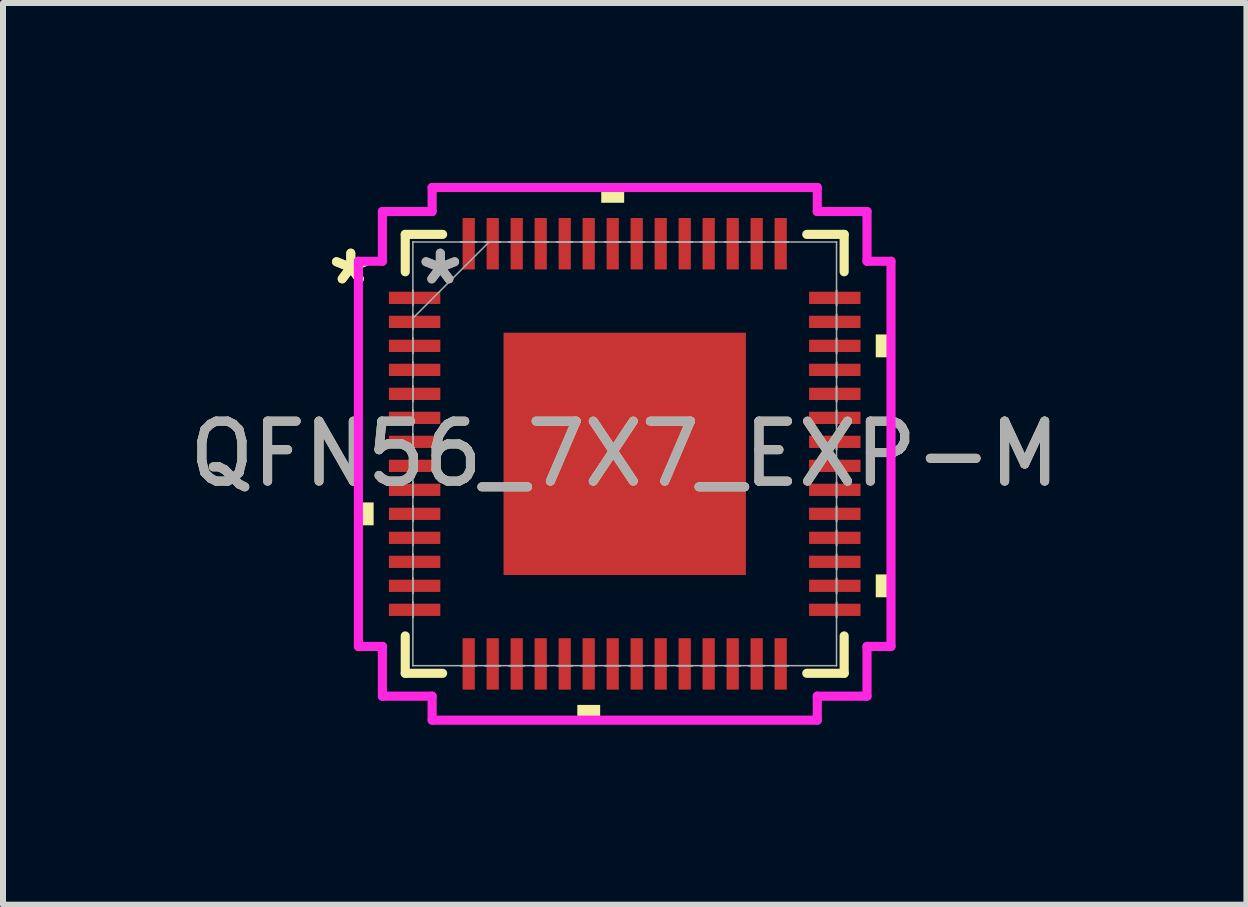
<source format=kicad_pcb>
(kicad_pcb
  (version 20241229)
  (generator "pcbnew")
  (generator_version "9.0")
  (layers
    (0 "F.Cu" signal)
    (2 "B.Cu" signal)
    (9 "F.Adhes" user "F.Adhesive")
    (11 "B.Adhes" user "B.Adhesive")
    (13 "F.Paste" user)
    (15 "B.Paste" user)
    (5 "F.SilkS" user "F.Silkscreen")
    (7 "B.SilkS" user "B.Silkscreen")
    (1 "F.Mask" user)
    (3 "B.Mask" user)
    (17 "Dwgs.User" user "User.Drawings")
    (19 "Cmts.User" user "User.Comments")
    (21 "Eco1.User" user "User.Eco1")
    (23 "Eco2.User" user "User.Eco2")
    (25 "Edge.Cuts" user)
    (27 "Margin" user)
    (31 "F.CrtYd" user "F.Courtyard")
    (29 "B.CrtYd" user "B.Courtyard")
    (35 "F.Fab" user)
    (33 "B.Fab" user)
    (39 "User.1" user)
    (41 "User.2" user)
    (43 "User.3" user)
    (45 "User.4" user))
  (footprint "QFN56_7X7_EXP-M"
    (layer "F.Cu")
    (at 7.363 4.515)
    (property "Reference" "QFN56_7X7_EXP-M" (at 0 0 0) (unlocked yes) (layer "F.SilkS") (effects (font (size 1 1) (thickness 0.15))))
    (attr smd)
    (fp_line (start -3.658 -3.658) (end -3.658 -3.035) (stroke (width 0.152) (type solid)) (layer "F.SilkS"))
    (fp_line (start -3.658 3.035) (end -3.658 3.658) (stroke (width 0.152) (type solid)) (layer "F.SilkS"))
    (fp_line (start -3.658 3.658) (end -3.035 3.658) (stroke (width 0.152) (type solid)) (layer "F.SilkS"))
    (fp_line (start -3.035 -3.658) (end -3.658 -3.658) (stroke (width 0.152) (type solid)) (layer "F.SilkS"))
    (fp_line (start 3.035 3.658) (end 3.658 3.658) (stroke (width 0.152) (type solid)) (layer "F.SilkS"))
    (fp_line (start 3.658 -3.658) (end 3.035 -3.658) (stroke (width 0.152) (type solid)) (layer "F.SilkS"))
    (fp_line (start 3.658 -3.035) (end 3.658 -3.658) (stroke (width 0.152) (type solid)) (layer "F.SilkS"))
    (fp_line (start 3.658 3.658) (end 3.658 3.035) (stroke (width 0.152) (type solid)) (layer "F.SilkS"))
    (fp_poly (pts (xy -4.439 0.81) (xy -4.439 1.191) (xy -4.185 1.191) (xy -4.185 0.81)) (stroke (width 0) (type solid)) (fill yes) (layer "F.SilkS"))
    (fp_poly (pts (xy -0.79 4.185) (xy -0.79 4.439) (xy -0.409 4.439) (xy -0.409 4.185)) (stroke (width 0) (type solid)) (fill yes) (layer "F.SilkS"))
    (fp_poly (pts (xy -0.391 -4.185) (xy -0.391 -4.439) (xy -0.009 -4.439) (xy -0.009 -4.185)) (stroke (width 0) (type solid)) (fill yes) (layer "F.SilkS"))
    (fp_poly (pts (xy 4.439 -1.99) (xy 4.439 -1.609) (xy 4.185 -1.609) (xy 4.185 -1.99)) (stroke (width 0) (type solid)) (fill yes) (layer "F.SilkS"))
    (fp_poly (pts (xy 4.439 2.01) (xy 4.439 2.391) (xy 4.185 2.391) (xy 4.185 2.01)) (stroke (width 0) (type solid)) (fill yes) (layer "F.SilkS"))
    (fp_poly (pts (xy -1.919 -1.919) (xy -1.919 -0.773) (xy -0.773 -0.773) (xy -0.773 -1.919)) (stroke (width 0) (type solid)) (fill yes) (layer "F.Paste"))
    (fp_poly (pts (xy -1.919 -0.573) (xy -1.919 0.573) (xy -0.773 0.573) (xy -0.773 -0.573)) (stroke (width 0) (type solid)) (fill yes) (layer "F.Paste"))
    (fp_poly (pts (xy -1.919 0.773) (xy -1.919 1.919) (xy -0.773 1.919) (xy -0.773 0.773)) (stroke (width 0) (type solid)) (fill yes) (layer "F.Paste"))
    (fp_poly (pts (xy -0.573 -1.919) (xy -0.573 -0.773) (xy 0.573 -0.773) (xy 0.573 -1.919)) (stroke (width 0) (type solid)) (fill yes) (layer "F.Paste"))
    (fp_poly (pts (xy -0.573 -0.573) (xy -0.573 0.573) (xy 0.573 0.573) (xy 0.573 -0.573)) (stroke (width 0) (type solid)) (fill yes) (layer "F.Paste"))
    (fp_poly (pts (xy -0.573 0.773) (xy -0.573 1.919) (xy 0.573 1.919) (xy 0.573 0.773)) (stroke (width 0) (type solid)) (fill yes) (layer "F.Paste"))
    (fp_poly (pts (xy 0.773 -1.919) (xy 0.773 -0.773) (xy 1.919 -0.773) (xy 1.919 -1.919)) (stroke (width 0) (type solid)) (fill yes) (layer "F.Paste"))
    (fp_poly (pts (xy 0.773 -0.573) (xy 0.773 0.573) (xy 1.919 0.573) (xy 1.919 -0.573)) (stroke (width 0) (type solid)) (fill yes) (layer "F.Paste"))
    (fp_poly (pts (xy 0.773 0.773) (xy 0.773 1.919) (xy 1.919 1.919) (xy 1.919 0.773)) (stroke (width 0) (type solid)) (fill yes) (layer "F.Paste"))
    (fp_line (start -4.439 -3.21) (end -4.039 -3.21) (stroke (width 0.152) (type solid)) (layer "F.CrtYd"))
    (fp_line (start -4.439 3.21) (end -4.439 -3.21) (stroke (width 0.152) (type solid)) (layer "F.CrtYd"))
    (fp_line (start -4.039 -4.039) (end -3.21 -4.039) (stroke (width 0.152) (type solid)) (layer "F.CrtYd"))
    (fp_line (start -4.039 -3.21) (end -4.039 -4.039) (stroke (width 0.152) (type solid)) (layer "F.CrtYd"))
    (fp_line (start -4.039 3.21) (end -4.439 3.21) (stroke (width 0.152) (type solid)) (layer "F.CrtYd"))
    (fp_line (start -4.039 4.039) (end -4.039 3.21) (stroke (width 0.152) (type solid)) (layer "F.CrtYd"))
    (fp_line (start -3.21 -4.439) (end 3.21 -4.439) (stroke (width 0.152) (type solid)) (layer "F.CrtYd"))
    (fp_line (start -3.21 -4.039) (end -3.21 -4.439) (stroke (width 0.152) (type solid)) (layer "F.CrtYd"))
    (fp_line (start -3.21 4.039) (end -4.039 4.039) (stroke (width 0.152) (type solid)) (layer "F.CrtYd"))
    (fp_line (start -3.21 4.439) (end -3.21 4.039) (stroke (width 0.152) (type solid)) (layer "F.CrtYd"))
    (fp_line (start 3.21 -4.439) (end 3.21 -4.039) (stroke (width 0.152) (type solid)) (layer "F.CrtYd"))
    (fp_line (start 3.21 -4.039) (end 4.039 -4.039) (stroke (width 0.152) (type solid)) (layer "F.CrtYd"))
    (fp_line (start 3.21 4.039) (end 3.21 4.439) (stroke (width 0.152) (type solid)) (layer "F.CrtYd"))
    (fp_line (start 3.21 4.439) (end -3.21 4.439) (stroke (width 0.152) (type solid)) (layer "F.CrtYd"))
    (fp_line (start 4.039 -4.039) (end 4.039 -3.21) (stroke (width 0.152) (type solid)) (layer "F.CrtYd"))
    (fp_line (start 4.039 -3.21) (end 4.439 -3.21) (stroke (width 0.152) (type solid)) (layer "F.CrtYd"))
    (fp_line (start 4.039 3.21) (end 4.039 4.039) (stroke (width 0.152) (type solid)) (layer "F.CrtYd"))
    (fp_line (start 4.039 4.039) (end 3.21 4.039) (stroke (width 0.152) (type solid)) (layer "F.CrtYd"))
    (fp_line (start 4.439 -3.21) (end 4.439 3.21) (stroke (width 0.152) (type solid)) (layer "F.CrtYd"))
    (fp_line (start 4.439 3.21) (end 4.039 3.21) (stroke (width 0.152) (type solid)) (layer "F.CrtYd"))
    (fp_line (start -3.531 -3.531) (end -3.531 -3.531) (stroke (width 0.025) (type solid)) (layer "F.Fab"))
    (fp_line (start -3.531 -3.531) (end -3.531 3.531) (stroke (width 0.025) (type solid)) (layer "F.Fab"))
    (fp_line (start -3.531 -2.727) (end -3.531 -2.727) (stroke (width 0.025) (type solid)) (layer "F.Fab"))
    (fp_line (start -3.531 -2.727) (end -3.531 -2.473) (stroke (width 0.025) (type solid)) (layer "F.Fab"))
    (fp_line (start -3.531 -2.473) (end -3.531 -2.727) (stroke (width 0.025) (type solid)) (layer "F.Fab"))
    (fp_line (start -3.531 -2.473) (end -3.531 -2.473) (stroke (width 0.025) (type solid)) (layer "F.Fab"))
    (fp_line (start -3.531 -2.327) (end -3.531 -2.327) (stroke (width 0.025) (type solid)) (layer "F.Fab"))
    (fp_line (start -3.531 -2.327) (end -3.531 -2.073) (stroke (width 0.025) (type solid)) (layer "F.Fab"))
    (fp_line (start -3.531 -2.261) (end -2.261 -3.531) (stroke (width 0.025) (type solid)) (layer "F.Fab"))
    (fp_line (start -3.531 -2.073) (end -3.531 -2.327) (stroke (width 0.025) (type solid)) (layer "F.Fab"))
    (fp_line (start -3.531 -2.073) (end -3.531 -2.073) (stroke (width 0.025) (type solid)) (layer "F.Fab"))
    (fp_line (start -3.531 -1.927) (end -3.531 -1.927) (stroke (width 0.025) (type solid)) (layer "F.Fab"))
    (fp_line (start -3.531 -1.927) (end -3.531 -1.673) (stroke (width 0.025) (type solid)) (layer "F.Fab"))
    (fp_line (start -3.531 -1.673) (end -3.531 -1.927) (stroke (width 0.025) (type solid)) (layer "F.Fab"))
    (fp_line (start -3.531 -1.673) (end -3.531 -1.673) (stroke (width 0.025) (type solid)) (layer "F.Fab"))
    (fp_line (start -3.531 -1.527) (end -3.531 -1.527) (stroke (width 0.025) (type solid)) (layer "F.Fab"))
    (fp_line (start -3.531 -1.527) (end -3.531 -1.273) (stroke (width 0.025) (type solid)) (layer "F.Fab"))
    (fp_line (start -3.531 -1.273) (end -3.531 -1.527) (stroke (width 0.025) (type solid)) (layer "F.Fab"))
    (fp_line (start -3.531 -1.273) (end -3.531 -1.273) (stroke (width 0.025) (type solid)) (layer "F.Fab"))
    (fp_line (start -3.531 -1.127) (end -3.531 -1.127) (stroke (width 0.025) (type solid)) (layer "F.Fab"))
    (fp_line (start -3.531 -1.127) (end -3.531 -0.873) (stroke (width 0.025) (type solid)) (layer "F.Fab"))
    (fp_line (start -3.531 -0.873) (end -3.531 -1.127) (stroke (width 0.025) (type solid)) (layer "F.Fab"))
    (fp_line (start -3.531 -0.873) (end -3.531 -0.873) (stroke (width 0.025) (type solid)) (layer "F.Fab"))
    (fp_line (start -3.531 -0.727) (end -3.531 -0.727) (stroke (width 0.025) (type solid)) (layer "F.Fab"))
    (fp_line (start -3.531 -0.727) (end -3.531 -0.473) (stroke (width 0.025) (type solid)) (layer "F.Fab"))
    (fp_line (start -3.531 -0.473) (end -3.531 -0.727) (stroke (width 0.025) (type solid)) (layer "F.Fab"))
    (fp_line (start -3.531 -0.473) (end -3.531 -0.473) (stroke (width 0.025) (type solid)) (layer "F.Fab"))
    (fp_line (start -3.531 -0.327) (end -3.531 -0.327) (stroke (width 0.025) (type solid)) (layer "F.Fab"))
    (fp_line (start -3.531 -0.327) (end -3.531 -0.073) (stroke (width 0.025) (type solid)) (layer "F.Fab"))
    (fp_line (start -3.531 -0.073) (end -3.531 -0.327) (stroke (width 0.025) (type solid)) (layer "F.Fab"))
    (fp_line (start -3.531 -0.073) (end -3.531 -0.073) (stroke (width 0.025) (type solid)) (layer "F.Fab"))
    (fp_line (start -3.531 0.073) (end -3.531 0.073) (stroke (width 0.025) (type solid)) (layer "F.Fab"))
    (fp_line (start -3.531 0.073) (end -3.531 0.327) (stroke (width 0.025) (type solid)) (layer "F.Fab"))
    (fp_line (start -3.531 0.327) (end -3.531 0.073) (stroke (width 0.025) (type solid)) (layer "F.Fab"))
    (fp_line (start -3.531 0.327) (end -3.531 0.327) (stroke (width 0.025) (type solid)) (layer "F.Fab"))
    (fp_line (start -3.531 0.473) (end -3.531 0.473) (stroke (width 0.025) (type solid)) (layer "F.Fab"))
    (fp_line (start -3.531 0.473) (end -3.531 0.727) (stroke (width 0.025) (type solid)) (layer "F.Fab"))
    (fp_line (start -3.531 0.727) (end -3.531 0.473) (stroke (width 0.025) (type solid)) (layer "F.Fab"))
    (fp_line (start -3.531 0.727) (end -3.531 0.727) (stroke (width 0.025) (type solid)) (layer "F.Fab"))
    (fp_line (start -3.531 0.873) (end -3.531 0.873) (stroke (width 0.025) (type solid)) (layer "F.Fab"))
    (fp_line (start -3.531 0.873) (end -3.531 1.127) (stroke (width 0.025) (type solid)) (layer "F.Fab"))
    (fp_line (start -3.531 1.127) (end -3.531 0.873) (stroke (width 0.025) (type solid)) (layer "F.Fab"))
    (fp_line (start -3.531 1.127) (end -3.531 1.127) (stroke (width 0.025) (type solid)) (layer "F.Fab"))
    (fp_line (start -3.531 1.273) (end -3.531 1.273) (stroke (width 0.025) (type solid)) (layer "F.Fab"))
    (fp_line (start -3.531 1.273) (end -3.531 1.527) (stroke (width 0.025) (type solid)) (layer "F.Fab"))
    (fp_line (start -3.531 1.527) (end -3.531 1.273) (stroke (width 0.025) (type solid)) (layer "F.Fab"))
    (fp_line (start -3.531 1.527) (end -3.531 1.527) (stroke (width 0.025) (type solid)) (layer "F.Fab"))
    (fp_line (start -3.531 1.673) (end -3.531 1.673) (stroke (width 0.025) (type solid)) (layer "F.Fab"))
    (fp_line (start -3.531 1.673) (end -3.531 1.927) (stroke (width 0.025) (type solid)) (layer "F.Fab"))
    (fp_line (start -3.531 1.927) (end -3.531 1.673) (stroke (width 0.025) (type solid)) (layer "F.Fab"))
    (fp_line (start -3.531 1.927) (end -3.531 1.927) (stroke (width 0.025) (type solid)) (layer "F.Fab"))
    (fp_line (start -3.531 2.073) (end -3.531 2.073) (stroke (width 0.025) (type solid)) (layer "F.Fab"))
    (fp_line (start -3.531 2.073) (end -3.531 2.327) (stroke (width 0.025) (type solid)) (layer "F.Fab"))
    (fp_line (start -3.531 2.327) (end -3.531 2.073) (stroke (width 0.025) (type solid)) (layer "F.Fab"))
    (fp_line (start -3.531 2.327) (end -3.531 2.327) (stroke (width 0.025) (type solid)) (layer "F.Fab"))
    (fp_line (start -3.531 2.473) (end -3.531 2.473) (stroke (width 0.025) (type solid)) (layer "F.Fab"))
    (fp_line (start -3.531 2.473) (end -3.531 2.727) (stroke (width 0.025) (type solid)) (layer "F.Fab"))
    (fp_line (start -3.531 2.727) (end -3.531 2.473) (stroke (width 0.025) (type solid)) (layer "F.Fab"))
    (fp_line (start -3.531 2.727) (end -3.531 2.727) (stroke (width 0.025) (type solid)) (layer "F.Fab"))
    (fp_line (start -3.531 3.531) (end -3.531 3.531) (stroke (width 0.025) (type solid)) (layer "F.Fab"))
    (fp_line (start -3.531 3.531) (end 3.531 3.531) (stroke (width 0.025) (type solid)) (layer "F.Fab"))
    (fp_line (start -2.727 -3.531) (end -2.727 -3.531) (stroke (width 0.025) (type solid)) (layer "F.Fab"))
    (fp_line (start -2.727 -3.531) (end -2.473 -3.531) (stroke (width 0.025) (type solid)) (layer "F.Fab"))
    (fp_line (start -2.727 3.531) (end -2.727 3.531) (stroke (width 0.025) (type solid)) (layer "F.Fab"))
    (fp_line (start -2.727 3.531) (end -2.473 3.531) (stroke (width 0.025) (type solid)) (layer "F.Fab"))
    (fp_line (start -2.473 -3.531) (end -2.727 -3.531) (stroke (width 0.025) (type solid)) (layer "F.Fab"))
    (fp_line (start -2.473 -3.531) (end -2.473 -3.531) (stroke (width 0.025) (type solid)) (layer "F.Fab"))
    (fp_line (start -2.473 3.531) (end -2.727 3.531) (stroke (width 0.025) (type solid)) (layer "F.Fab"))
    (fp_line (start -2.473 3.531) (end -2.473 3.531) (stroke (width 0.025) (type solid)) (layer "F.Fab"))
    (fp_line (start -2.327 -3.531) (end -2.327 -3.531) (stroke (width 0.025) (type solid)) (layer "F.Fab"))
    (fp_line (start -2.327 -3.531) (end -2.073 -3.531) (stroke (width 0.025) (type solid)) (layer "F.Fab"))
    (fp_line (start -2.327 3.531) (end -2.327 3.531) (stroke (width 0.025) (type solid)) (layer "F.Fab"))
    (fp_line (start -2.327 3.531) (end -2.073 3.531) (stroke (width 0.025) (type solid)) (layer "F.Fab"))
    (fp_line (start -2.073 -3.531) (end -2.327 -3.531) (stroke (width 0.025) (type solid)) (layer "F.Fab"))
    (fp_line (start -2.073 -3.531) (end -2.073 -3.531) (stroke (width 0.025) (type solid)) (layer "F.Fab"))
    (fp_line (start -2.073 3.531) (end -2.327 3.531) (stroke (width 0.025) (type solid)) (layer "F.Fab"))
    (fp_line (start -2.073 3.531) (end -2.073 3.531) (stroke (width 0.025) (type solid)) (layer "F.Fab"))
    (fp_line (start -1.927 -3.531) (end -1.927 -3.531) (stroke (width 0.025) (type solid)) (layer "F.Fab"))
    (fp_line (start -1.927 -3.531) (end -1.673 -3.531) (stroke (width 0.025) (type solid)) (layer "F.Fab"))
    (fp_line (start -1.927 3.531) (end -1.927 3.531) (stroke (width 0.025) (type solid)) (layer "F.Fab"))
    (fp_line (start -1.927 3.531) (end -1.673 3.531) (stroke (width 0.025) (type solid)) (layer "F.Fab"))
    (fp_line (start -1.673 -3.531) (end -1.927 -3.531) (stroke (width 0.025) (type solid)) (layer "F.Fab"))
    (fp_line (start -1.673 -3.531) (end -1.673 -3.531) (stroke (width 0.025) (type solid)) (layer "F.Fab"))
    (fp_line (start -1.673 3.531) (end -1.927 3.531) (stroke (width 0.025) (type solid)) (layer "F.Fab"))
    (fp_line (start -1.673 3.531) (end -1.673 3.531) (stroke (width 0.025) (type solid)) (layer "F.Fab"))
    (fp_line (start -1.527 -3.531) (end -1.527 -3.531) (stroke (width 0.025) (type solid)) (layer "F.Fab"))
    (fp_line (start -1.527 -3.531) (end -1.273 -3.531) (stroke (width 0.025) (type solid)) (layer "F.Fab"))
    (fp_line (start -1.527 3.531) (end -1.527 3.531) (stroke (width 0.025) (type solid)) (layer "F.Fab"))
    (fp_line (start -1.527 3.531) (end -1.273 3.531) (stroke (width 0.025) (type solid)) (layer "F.Fab"))
    (fp_line (start -1.273 -3.531) (end -1.527 -3.531) (stroke (width 0.025) (type solid)) (layer "F.Fab"))
    (fp_line (start -1.273 -3.531) (end -1.273 -3.531) (stroke (width 0.025) (type solid)) (layer "F.Fab"))
    (fp_line (start -1.273 3.531) (end -1.527 3.531) (stroke (width 0.025) (type solid)) (layer "F.Fab"))
    (fp_line (start -1.273 3.531) (end -1.273 3.531) (stroke (width 0.025) (type solid)) (layer "F.Fab"))
    (fp_line (start -1.127 -3.531) (end -1.127 -3.531) (stroke (width 0.025) (type solid)) (layer "F.Fab"))
    (fp_line (start -1.127 -3.531) (end -0.873 -3.531) (stroke (width 0.025) (type solid)) (layer "F.Fab"))
    (fp_line (start -1.127 3.531) (end -1.127 3.531) (stroke (width 0.025) (type solid)) (layer "F.Fab"))
    (fp_line (start -1.127 3.531) (end -0.873 3.531) (stroke (width 0.025) (type solid)) (layer "F.Fab"))
    (fp_line (start -0.873 -3.531) (end -1.127 -3.531) (stroke (width 0.025) (type solid)) (layer "F.Fab"))
    (fp_line (start -0.873 -3.531) (end -0.873 -3.531) (stroke (width 0.025) (type solid)) (layer "F.Fab"))
    (fp_line (start -0.873 3.531) (end -1.127 3.531) (stroke (width 0.025) (type solid)) (layer "F.Fab"))
    (fp_line (start -0.873 3.531) (end -0.873 3.531) (stroke (width 0.025) (type solid)) (layer "F.Fab"))
    (fp_line (start -0.727 -3.531) (end -0.727 -3.531) (stroke (width 0.025) (type solid)) (layer "F.Fab"))
    (fp_line (start -0.727 -3.531) (end -0.473 -3.531) (stroke (width 0.025) (type solid)) (layer "F.Fab"))
    (fp_line (start -0.727 3.531) (end -0.727 3.531) (stroke (width 0.025) (type solid)) (layer "F.Fab"))
    (fp_line (start -0.727 3.531) (end -0.473 3.531) (stroke (width 0.025) (type solid)) (layer "F.Fab"))
    (fp_line (start -0.473 -3.531) (end -0.727 -3.531) (stroke (width 0.025) (type solid)) (layer "F.Fab"))
    (fp_line (start -0.473 -3.531) (end -0.473 -3.531) (stroke (width 0.025) (type solid)) (layer "F.Fab"))
    (fp_line (start -0.473 3.531) (end -0.727 3.531) (stroke (width 0.025) (type solid)) (layer "F.Fab"))
    (fp_line (start -0.473 3.531) (end -0.473 3.531) (stroke (width 0.025) (type solid)) (layer "F.Fab"))
    (fp_line (start -0.327 -3.531) (end -0.327 -3.531) (stroke (width 0.025) (type solid)) (layer "F.Fab"))
    (fp_line (start -0.327 -3.531) (end -0.073 -3.531) (stroke (width 0.025) (type solid)) (layer "F.Fab"))
    (fp_line (start -0.327 3.531) (end -0.327 3.531) (stroke (width 0.025) (type solid)) (layer "F.Fab"))
    (fp_line (start -0.327 3.531) (end -0.073 3.531) (stroke (width 0.025) (type solid)) (layer "F.Fab"))
    (fp_line (start -0.073 -3.531) (end -0.327 -3.531) (stroke (width 0.025) (type solid)) (layer "F.Fab"))
    (fp_line (start -0.073 -3.531) (end -0.073 -3.531) (stroke (width 0.025) (type solid)) (layer "F.Fab"))
    (fp_line (start -0.073 3.531) (end -0.327 3.531) (stroke (width 0.025) (type solid)) (layer "F.Fab"))
    (fp_line (start -0.073 3.531) (end -0.073 3.531) (stroke (width 0.025) (type solid)) (layer "F.Fab"))
    (fp_line (start 0.073 -3.531) (end 0.073 -3.531) (stroke (width 0.025) (type solid)) (layer "F.Fab"))
    (fp_line (start 0.073 -3.531) (end 0.327 -3.531) (stroke (width 0.025) (type solid)) (layer "F.Fab"))
    (fp_line (start 0.073 3.531) (end 0.073 3.531) (stroke (width 0.025) (type solid)) (layer "F.Fab"))
    (fp_line (start 0.073 3.531) (end 0.327 3.531) (stroke (width 0.025) (type solid)) (layer "F.Fab"))
    (fp_line (start 0.327 -3.531) (end 0.073 -3.531) (stroke (width 0.025) (type solid)) (layer "F.Fab"))
    (fp_line (start 0.327 -3.531) (end 0.327 -3.531) (stroke (width 0.025) (type solid)) (layer "F.Fab"))
    (fp_line (start 0.327 3.531) (end 0.073 3.531) (stroke (width 0.025) (type solid)) (layer "F.Fab"))
    (fp_line (start 0.327 3.531) (end 0.327 3.531) (stroke (width 0.025) (type solid)) (layer "F.Fab"))
    (fp_line (start 0.473 -3.531) (end 0.473 -3.531) (stroke (width 0.025) (type solid)) (layer "F.Fab"))
    (fp_line (start 0.473 -3.531) (end 0.727 -3.531) (stroke (width 0.025) (type solid)) (layer "F.Fab"))
    (fp_line (start 0.473 3.531) (end 0.473 3.531) (stroke (width 0.025) (type solid)) (layer "F.Fab"))
    (fp_line (start 0.473 3.531) (end 0.727 3.531) (stroke (width 0.025) (type solid)) (layer "F.Fab"))
    (fp_line (start 0.727 -3.531) (end 0.473 -3.531) (stroke (width 0.025) (type solid)) (layer "F.Fab"))
    (fp_line (start 0.727 -3.531) (end 0.727 -3.531) (stroke (width 0.025) (type solid)) (layer "F.Fab"))
    (fp_line (start 0.727 3.531) (end 0.473 3.531) (stroke (width 0.025) (type solid)) (layer "F.Fab"))
    (fp_line (start 0.727 3.531) (end 0.727 3.531) (stroke (width 0.025) (type solid)) (layer "F.Fab"))
    (fp_line (start 0.873 -3.531) (end 0.873 -3.531) (stroke (width 0.025) (type solid)) (layer "F.Fab"))
    (fp_line (start 0.873 -3.531) (end 1.127 -3.531) (stroke (width 0.025) (type solid)) (layer "F.Fab"))
    (fp_line (start 0.873 3.531) (end 0.873 3.531) (stroke (width 0.025) (type solid)) (layer "F.Fab"))
    (fp_line (start 0.873 3.531) (end 1.127 3.531) (stroke (width 0.025) (type solid)) (layer "F.Fab"))
    (fp_line (start 1.127 -3.531) (end 0.873 -3.531) (stroke (width 0.025) (type solid)) (layer "F.Fab"))
    (fp_line (start 1.127 -3.531) (end 1.127 -3.531) (stroke (width 0.025) (type solid)) (layer "F.Fab"))
    (fp_line (start 1.127 3.531) (end 0.873 3.531) (stroke (width 0.025) (type solid)) (layer "F.Fab"))
    (fp_line (start 1.127 3.531) (end 1.127 3.531) (stroke (width 0.025) (type solid)) (layer "F.Fab"))
    (fp_line (start 1.273 -3.531) (end 1.273 -3.531) (stroke (width 0.025) (type solid)) (layer "F.Fab"))
    (fp_line (start 1.273 -3.531) (end 1.527 -3.531) (stroke (width 0.025) (type solid)) (layer "F.Fab"))
    (fp_line (start 1.273 3.531) (end 1.273 3.531) (stroke (width 0.025) (type solid)) (layer "F.Fab"))
    (fp_line (start 1.273 3.531) (end 1.527 3.531) (stroke (width 0.025) (type solid)) (layer "F.Fab"))
    (fp_line (start 1.527 -3.531) (end 1.273 -3.531) (stroke (width 0.025) (type solid)) (layer "F.Fab"))
    (fp_line (start 1.527 -3.531) (end 1.527 -3.531) (stroke (width 0.025) (type solid)) (layer "F.Fab"))
    (fp_line (start 1.527 3.531) (end 1.273 3.531) (stroke (width 0.025) (type solid)) (layer "F.Fab"))
    (fp_line (start 1.527 3.531) (end 1.527 3.531) (stroke (width 0.025) (type solid)) (layer "F.Fab"))
    (fp_line (start 1.673 -3.531) (end 1.673 -3.531) (stroke (width 0.025) (type solid)) (layer "F.Fab"))
    (fp_line (start 1.673 -3.531) (end 1.927 -3.531) (stroke (width 0.025) (type solid)) (layer "F.Fab"))
    (fp_line (start 1.673 3.531) (end 1.673 3.531) (stroke (width 0.025) (type solid)) (layer "F.Fab"))
    (fp_line (start 1.673 3.531) (end 1.927 3.531) (stroke (width 0.025) (type solid)) (layer "F.Fab"))
    (fp_line (start 1.927 -3.531) (end 1.673 -3.531) (stroke (width 0.025) (type solid)) (layer "F.Fab"))
    (fp_line (start 1.927 -3.531) (end 1.927 -3.531) (stroke (width 0.025) (type solid)) (layer "F.Fab"))
    (fp_line (start 1.927 3.531) (end 1.673 3.531) (stroke (width 0.025) (type solid)) (layer "F.Fab"))
    (fp_line (start 1.927 3.531) (end 1.927 3.531) (stroke (width 0.025) (type solid)) (layer "F.Fab"))
    (fp_line (start 2.073 -3.531) (end 2.073 -3.531) (stroke (width 0.025) (type solid)) (layer "F.Fab"))
    (fp_line (start 2.073 -3.531) (end 2.327 -3.531) (stroke (width 0.025) (type solid)) (layer "F.Fab"))
    (fp_line (start 2.073 3.531) (end 2.073 3.531) (stroke (width 0.025) (type solid)) (layer "F.Fab"))
    (fp_line (start 2.073 3.531) (end 2.327 3.531) (stroke (width 0.025) (type solid)) (layer "F.Fab"))
    (fp_line (start 2.327 -3.531) (end 2.073 -3.531) (stroke (width 0.025) (type solid)) (layer "F.Fab"))
    (fp_line (start 2.327 -3.531) (end 2.327 -3.531) (stroke (width 0.025) (type solid)) (layer "F.Fab"))
    (fp_line (start 2.327 3.531) (end 2.073 3.531) (stroke (width 0.025) (type solid)) (layer "F.Fab"))
    (fp_line (start 2.327 3.531) (end 2.327 3.531) (stroke (width 0.025) (type solid)) (layer "F.Fab"))
    (fp_line (start 2.473 -3.531) (end 2.473 -3.531) (stroke (width 0.025) (type solid)) (layer "F.Fab"))
    (fp_line (start 2.473 -3.531) (end 2.727 -3.531) (stroke (width 0.025) (type solid)) (layer "F.Fab"))
    (fp_line (start 2.473 3.531) (end 2.473 3.531) (stroke (width 0.025) (type solid)) (layer "F.Fab"))
    (fp_line (start 2.473 3.531) (end 2.727 3.531) (stroke (width 0.025) (type solid)) (layer "F.Fab"))
    (fp_line (start 2.727 -3.531) (end 2.473 -3.531) (stroke (width 0.025) (type solid)) (layer "F.Fab"))
    (fp_line (start 2.727 -3.531) (end 2.727 -3.531) (stroke (width 0.025) (type solid)) (layer "F.Fab"))
    (fp_line (start 2.727 3.531) (end 2.473 3.531) (stroke (width 0.025) (type solid)) (layer "F.Fab"))
    (fp_line (start 2.727 3.531) (end 2.727 3.531) (stroke (width 0.025) (type solid)) (layer "F.Fab"))
    (fp_line (start 3.531 -3.531) (end -3.531 -3.531) (stroke (width 0.025) (type solid)) (layer "F.Fab"))
    (fp_line (start 3.531 -3.531) (end 3.531 -3.531) (stroke (width 0.025) (type solid)) (layer "F.Fab"))
    (fp_line (start 3.531 -2.727) (end 3.531 -2.727) (stroke (width 0.025) (type solid)) (layer "F.Fab"))
    (fp_line (start 3.531 -2.727) (end 3.531 -2.473) (stroke (width 0.025) (type solid)) (layer "F.Fab"))
    (fp_line (start 3.531 -2.473) (end 3.531 -2.727) (stroke (width 0.025) (type solid)) (layer "F.Fab"))
    (fp_line (start 3.531 -2.473) (end 3.531 -2.473) (stroke (width 0.025) (type solid)) (layer "F.Fab"))
    (fp_line (start 3.531 -2.327) (end 3.531 -2.327) (stroke (width 0.025) (type solid)) (layer "F.Fab"))
    (fp_line (start 3.531 -2.327) (end 3.531 -2.073) (stroke (width 0.025) (type solid)) (layer "F.Fab"))
    (fp_line (start 3.531 -2.073) (end 3.531 -2.327) (stroke (width 0.025) (type solid)) (layer "F.Fab"))
    (fp_line (start 3.531 -2.073) (end 3.531 -2.073) (stroke (width 0.025) (type solid)) (layer "F.Fab"))
    (fp_line (start 3.531 -1.927) (end 3.531 -1.927) (stroke (width 0.025) (type solid)) (layer "F.Fab"))
    (fp_line (start 3.531 -1.927) (end 3.531 -1.673) (stroke (width 0.025) (type solid)) (layer "F.Fab"))
    (fp_line (start 3.531 -1.673) (end 3.531 -1.927) (stroke (width 0.025) (type solid)) (layer "F.Fab"))
    (fp_line (start 3.531 -1.673) (end 3.531 -1.673) (stroke (width 0.025) (type solid)) (layer "F.Fab"))
    (fp_line (start 3.531 -1.527) (end 3.531 -1.527) (stroke (width 0.025) (type solid)) (layer "F.Fab"))
    (fp_line (start 3.531 -1.527) (end 3.531 -1.273) (stroke (width 0.025) (type solid)) (layer "F.Fab"))
    (fp_line (start 3.531 -1.273) (end 3.531 -1.527) (stroke (width 0.025) (type solid)) (layer "F.Fab"))
    (fp_line (start 3.531 -1.273) (end 3.531 -1.273) (stroke (width 0.025) (type solid)) (layer "F.Fab"))
    (fp_line (start 3.531 -1.127) (end 3.531 -1.127) (stroke (width 0.025) (type solid)) (layer "F.Fab"))
    (fp_line (start 3.531 -1.127) (end 3.531 -0.873) (stroke (width 0.025) (type solid)) (layer "F.Fab"))
    (fp_line (start 3.531 -0.873) (end 3.531 -1.127) (stroke (width 0.025) (type solid)) (layer "F.Fab"))
    (fp_line (start 3.531 -0.873) (end 3.531 -0.873) (stroke (width 0.025) (type solid)) (layer "F.Fab"))
    (fp_line (start 3.531 -0.727) (end 3.531 -0.727) (stroke (width 0.025) (type solid)) (layer "F.Fab"))
    (fp_line (start 3.531 -0.727) (end 3.531 -0.473) (stroke (width 0.025) (type solid)) (layer "F.Fab"))
    (fp_line (start 3.531 -0.473) (end 3.531 -0.727) (stroke (width 0.025) (type solid)) (layer "F.Fab"))
    (fp_line (start 3.531 -0.473) (end 3.531 -0.473) (stroke (width 0.025) (type solid)) (layer "F.Fab"))
    (fp_line (start 3.531 -0.327) (end 3.531 -0.327) (stroke (width 0.025) (type solid)) (layer "F.Fab"))
    (fp_line (start 3.531 -0.327) (end 3.531 -0.073) (stroke (width 0.025) (type solid)) (layer "F.Fab"))
    (fp_line (start 3.531 -0.073) (end 3.531 -0.327) (stroke (width 0.025) (type solid)) (layer "F.Fab"))
    (fp_line (start 3.531 -0.073) (end 3.531 -0.073) (stroke (width 0.025) (type solid)) (layer "F.Fab"))
    (fp_line (start 3.531 0.073) (end 3.531 0.073) (stroke (width 0.025) (type solid)) (layer "F.Fab"))
    (fp_line (start 3.531 0.073) (end 3.531 0.327) (stroke (width 0.025) (type solid)) (layer "F.Fab"))
    (fp_line (start 3.531 0.327) (end 3.531 0.073) (stroke (width 0.025) (type solid)) (layer "F.Fab"))
    (fp_line (start 3.531 0.327) (end 3.531 0.327) (stroke (width 0.025) (type solid)) (layer "F.Fab"))
    (fp_line (start 3.531 0.473) (end 3.531 0.473) (stroke (width 0.025) (type solid)) (layer "F.Fab"))
    (fp_line (start 3.531 0.473) (end 3.531 0.727) (stroke (width 0.025) (type solid)) (layer "F.Fab"))
    (fp_line (start 3.531 0.727) (end 3.531 0.473) (stroke (width 0.025) (type solid)) (layer "F.Fab"))
    (fp_line (start 3.531 0.727) (end 3.531 0.727) (stroke (width 0.025) (type solid)) (layer "F.Fab"))
    (fp_line (start 3.531 0.873) (end 3.531 0.873) (stroke (width 0.025) (type solid)) (layer "F.Fab"))
    (fp_line (start 3.531 0.873) (end 3.531 1.127) (stroke (width 0.025) (type solid)) (layer "F.Fab"))
    (fp_line (start 3.531 1.127) (end 3.531 0.873) (stroke (width 0.025) (type solid)) (layer "F.Fab"))
    (fp_line (start 3.531 1.127) (end 3.531 1.127) (stroke (width 0.025) (type solid)) (layer "F.Fab"))
    (fp_line (start 3.531 1.273) (end 3.531 1.273) (stroke (width 0.025) (type solid)) (layer "F.Fab"))
    (fp_line (start 3.531 1.273) (end 3.531 1.527) (stroke (width 0.025) (type solid)) (layer "F.Fab"))
    (fp_line (start 3.531 1.527) (end 3.531 1.273) (stroke (width 0.025) (type solid)) (layer "F.Fab"))
    (fp_line (start 3.531 1.527) (end 3.531 1.527) (stroke (width 0.025) (type solid)) (layer "F.Fab"))
    (fp_line (start 3.531 1.673) (end 3.531 1.673) (stroke (width 0.025) (type solid)) (layer "F.Fab"))
    (fp_line (start 3.531 1.673) (end 3.531 1.927) (stroke (width 0.025) (type solid)) (layer "F.Fab"))
    (fp_line (start 3.531 1.927) (end 3.531 1.673) (stroke (width 0.025) (type solid)) (layer "F.Fab"))
    (fp_line (start 3.531 1.927) (end 3.531 1.927) (stroke (width 0.025) (type solid)) (layer "F.Fab"))
    (fp_line (start 3.531 2.073) (end 3.531 2.073) (stroke (width 0.025) (type solid)) (layer "F.Fab"))
    (fp_line (start 3.531 2.073) (end 3.531 2.327) (stroke (width 0.025) (type solid)) (layer "F.Fab"))
    (fp_line (start 3.531 2.327) (end 3.531 2.073) (stroke (width 0.025) (type solid)) (layer "F.Fab"))
    (fp_line (start 3.531 2.327) (end 3.531 2.327) (stroke (width 0.025) (type solid)) (layer "F.Fab"))
    (fp_line (start 3.531 2.473) (end 3.531 2.473) (stroke (width 0.025) (type solid)) (layer "F.Fab"))
    (fp_line (start 3.531 2.473) (end 3.531 2.727) (stroke (width 0.025) (type solid)) (layer "F.Fab"))
    (fp_line (start 3.531 2.727) (end 3.531 2.473) (stroke (width 0.025) (type solid)) (layer "F.Fab"))
    (fp_line (start 3.531 2.727) (end 3.531 2.727) (stroke (width 0.025) (type solid)) (layer "F.Fab"))
    (fp_line (start 3.531 3.531) (end 3.531 -3.531) (stroke (width 0.025) (type solid)) (layer "F.Fab"))
    (fp_line (start 3.531 3.531) (end 3.531 3.531) (stroke (width 0.025) (type solid)) (layer "F.Fab"))
    (fp_text user "*" (at -4.566 -2.8 0) (layer "F.SilkS") (effects (font (size 1 1) (thickness 0.15))))
    (fp_text user "*" (at -4.566 -2.8 0) (unlocked yes) (layer "F.SilkS") (effects (font (size 1 1) (thickness 0.15))))
    (fp_text user "*" (at -3.073 -2.8 0) (layer "F.Fab") (effects (font (size 1 1) (thickness 0.15))))
    (fp_text user "${REFERENCE}" (at 0 0 0) (unlocked yes) (layer "F.Fab") (effects (font (size 1 1) (thickness 0.15))))
    (fp_text user "*" (at -3.073 -2.8 0) (unlocked yes) (layer "F.Fab") (effects (font (size 1 1) (thickness 0.15))))
    (pad "1" smd rect (at -3.502 -2.6 90) (size 0.204 0.857) (layers "F.Cu" "F.Mask" "F.Paste"))
    (pad "2" smd rect (at -3.502 -2.2 90) (size 0.204 0.857) (layers "F.Cu" "F.Mask" "F.Paste"))
    (pad "3" smd rect (at -3.502 -1.8 90) (size 0.204 0.857) (layers "F.Cu" "F.Mask" "F.Paste"))
    (pad "4" smd rect (at -3.502 -1.4 90) (size 0.204 0.857) (layers "F.Cu" "F.Mask" "F.Paste"))
    (pad "5" smd rect (at -3.502 -1 90) (size 0.204 0.857) (layers "F.Cu" "F.Mask" "F.Paste"))
    (pad "6" smd rect (at -3.502 -0.6 90) (size 0.204 0.857) (layers "F.Cu" "F.Mask" "F.Paste"))
    (pad "7" smd rect (at -3.502 -0.2 90) (size 0.204 0.857) (layers "F.Cu" "F.Mask" "F.Paste"))
    (pad "8" smd rect (at -3.502 0.2 90) (size 0.204 0.857) (layers "F.Cu" "F.Mask" "F.Paste"))
    (pad "9" smd rect (at -3.502 0.6 90) (size 0.204 0.857) (layers "F.Cu" "F.Mask" "F.Paste"))
    (pad "10" smd rect (at -3.502 1 90) (size 0.204 0.857) (layers "F.Cu" "F.Mask" "F.Paste"))
    (pad "11" smd rect (at -3.502 1.4 90) (size 0.204 0.857) (layers "F.Cu" "F.Mask" "F.Paste"))
    (pad "12" smd rect (at -3.502 1.8 90) (size 0.204 0.857) (layers "F.Cu" "F.Mask" "F.Paste"))
    (pad "13" smd rect (at -3.502 2.2 90) (size 0.204 0.857) (layers "F.Cu" "F.Mask" "F.Paste"))
    (pad "14" smd rect (at -3.502 2.6 90) (size 0.204 0.857) (layers "F.Cu" "F.Mask" "F.Paste"))
    (pad "15" smd rect (at -2.6 3.502) (size 0.204 0.857) (layers "F.Cu" "F.Mask" "F.Paste"))
    (pad "16" smd rect (at -2.2 3.502) (size 0.204 0.857) (layers "F.Cu" "F.Mask" "F.Paste"))
    (pad "17" smd rect (at -1.8 3.502) (size 0.204 0.857) (layers "F.Cu" "F.Mask" "F.Paste"))
    (pad "18" smd rect (at -1.4 3.502) (size 0.204 0.857) (layers "F.Cu" "F.Mask" "F.Paste"))
    (pad "19" smd rect (at -1 3.502) (size 0.204 0.857) (layers "F.Cu" "F.Mask" "F.Paste"))
    (pad "20" smd rect (at -0.6 3.502) (size 0.204 0.857) (layers "F.Cu" "F.Mask" "F.Paste"))
    (pad "21" smd rect (at -0.2 3.502) (size 0.204 0.857) (layers "F.Cu" "F.Mask" "F.Paste"))
    (pad "22" smd rect (at 0.2 3.502) (size 0.204 0.857) (layers "F.Cu" "F.Mask" "F.Paste"))
    (pad "23" smd rect (at 0.6 3.502) (size 0.204 0.857) (layers "F.Cu" "F.Mask" "F.Paste"))
    (pad "24" smd rect (at 1 3.502) (size 0.204 0.857) (layers "F.Cu" "F.Mask" "F.Paste"))
    (pad "25" smd rect (at 1.4 3.502) (size 0.204 0.857) (layers "F.Cu" "F.Mask" "F.Paste"))
    (pad "26" smd rect (at 1.8 3.502) (size 0.204 0.857) (layers "F.Cu" "F.Mask" "F.Paste"))
    (pad "27" smd rect (at 2.2 3.502) (size 0.204 0.857) (layers "F.Cu" "F.Mask" "F.Paste"))
    (pad "28" smd rect (at 2.6 3.502) (size 0.204 0.857) (layers "F.Cu" "F.Mask" "F.Paste"))
    (pad "29" smd rect (at 3.502 2.6 90) (size 0.204 0.857) (layers "F.Cu" "F.Mask" "F.Paste"))
    (pad "30" smd rect (at 3.502 2.2 90) (size 0.204 0.857) (layers "F.Cu" "F.Mask" "F.Paste"))
    (pad "31" smd rect (at 3.502 1.8 90) (size 0.204 0.857) (layers "F.Cu" "F.Mask" "F.Paste"))
    (pad "32" smd rect (at 3.502 1.4 90) (size 0.204 0.857) (layers "F.Cu" "F.Mask" "F.Paste"))
    (pad "33" smd rect (at 3.502 1 90) (size 0.204 0.857) (layers "F.Cu" "F.Mask" "F.Paste"))
    (pad "34" smd rect (at 3.502 0.6 90) (size 0.204 0.857) (layers "F.Cu" "F.Mask" "F.Paste"))
    (pad "35" smd rect (at 3.502 0.2 90) (size 0.204 0.857) (layers "F.Cu" "F.Mask" "F.Paste"))
    (pad "36" smd rect (at 3.502 -0.2 90) (size 0.204 0.857) (layers "F.Cu" "F.Mask" "F.Paste"))
    (pad "37" smd rect (at 3.502 -0.6 90) (size 0.204 0.857) (layers "F.Cu" "F.Mask" "F.Paste"))
    (pad "38" smd rect (at 3.502 -1 90) (size 0.204 0.857) (layers "F.Cu" "F.Mask" "F.Paste"))
    (pad "39" smd rect (at 3.502 -1.4 90) (size 0.204 0.857) (layers "F.Cu" "F.Mask" "F.Paste"))
    (pad "40" smd rect (at 3.502 -1.8 90) (size 0.204 0.857) (layers "F.Cu" "F.Mask" "F.Paste"))
    (pad "41" smd rect (at 3.502 -2.2 90) (size 0.204 0.857) (layers "F.Cu" "F.Mask" "F.Paste"))
    (pad "42" smd rect (at 3.502 -2.6 90) (size 0.204 0.857) (layers "F.Cu" "F.Mask" "F.Paste"))
    (pad "43" smd rect (at 2.6 -3.502) (size 0.204 0.857) (layers "F.Cu" "F.Mask" "F.Paste"))
    (pad "44" smd rect (at 2.2 -3.502) (size 0.204 0.857) (layers "F.Cu" "F.Mask" "F.Paste"))
    (pad "45" smd rect (at 1.8 -3.502) (size 0.204 0.857) (layers "F.Cu" "F.Mask" "F.Paste"))
    (pad "46" smd rect (at 1.4 -3.502) (size 0.204 0.857) (layers "F.Cu" "F.Mask" "F.Paste"))
    (pad "47" smd rect (at 1 -3.502) (size 0.204 0.857) (layers "F.Cu" "F.Mask" "F.Paste"))
    (pad "48" smd rect (at 0.6 -3.502) (size 0.204 0.857) (layers "F.Cu" "F.Mask" "F.Paste"))
    (pad "49" smd rect (at 0.2 -3.502) (size 0.204 0.857) (layers "F.Cu" "F.Mask" "F.Paste"))
    (pad "50" smd rect (at -0.2 -3.502) (size 0.204 0.857) (layers "F.Cu" "F.Mask" "F.Paste"))
    (pad "51" smd rect (at -0.6 -3.502) (size 0.204 0.857) (layers "F.Cu" "F.Mask" "F.Paste"))
    (pad "52" smd rect (at -1 -3.502) (size 0.204 0.857) (layers "F.Cu" "F.Mask" "F.Paste"))
    (pad "53" smd rect (at -1.4 -3.502) (size 0.204 0.857) (layers "F.Cu" "F.Mask" "F.Paste"))
    (pad "54" smd rect (at -1.8 -3.502) (size 0.204 0.857) (layers "F.Cu" "F.Mask" "F.Paste"))
    (pad "55" smd rect (at -2.2 -3.502) (size 0.204 0.857) (layers "F.Cu" "F.Mask" "F.Paste"))
    (pad "56" smd rect (at -2.6 -3.502) (size 0.204 0.857) (layers "F.Cu" "F.Mask" "F.Paste"))
    (pad "57" smd rect (at 0 0) (size 4.039 4.039) (layers "F.Cu" "F.Mask")))
  (gr_rect
    (start -3 -3)
    (end 17.726 12.03)
    (stroke (width 0.1) (type default))
    (fill no)
    (layer "Edge.Cuts")))
</source>
